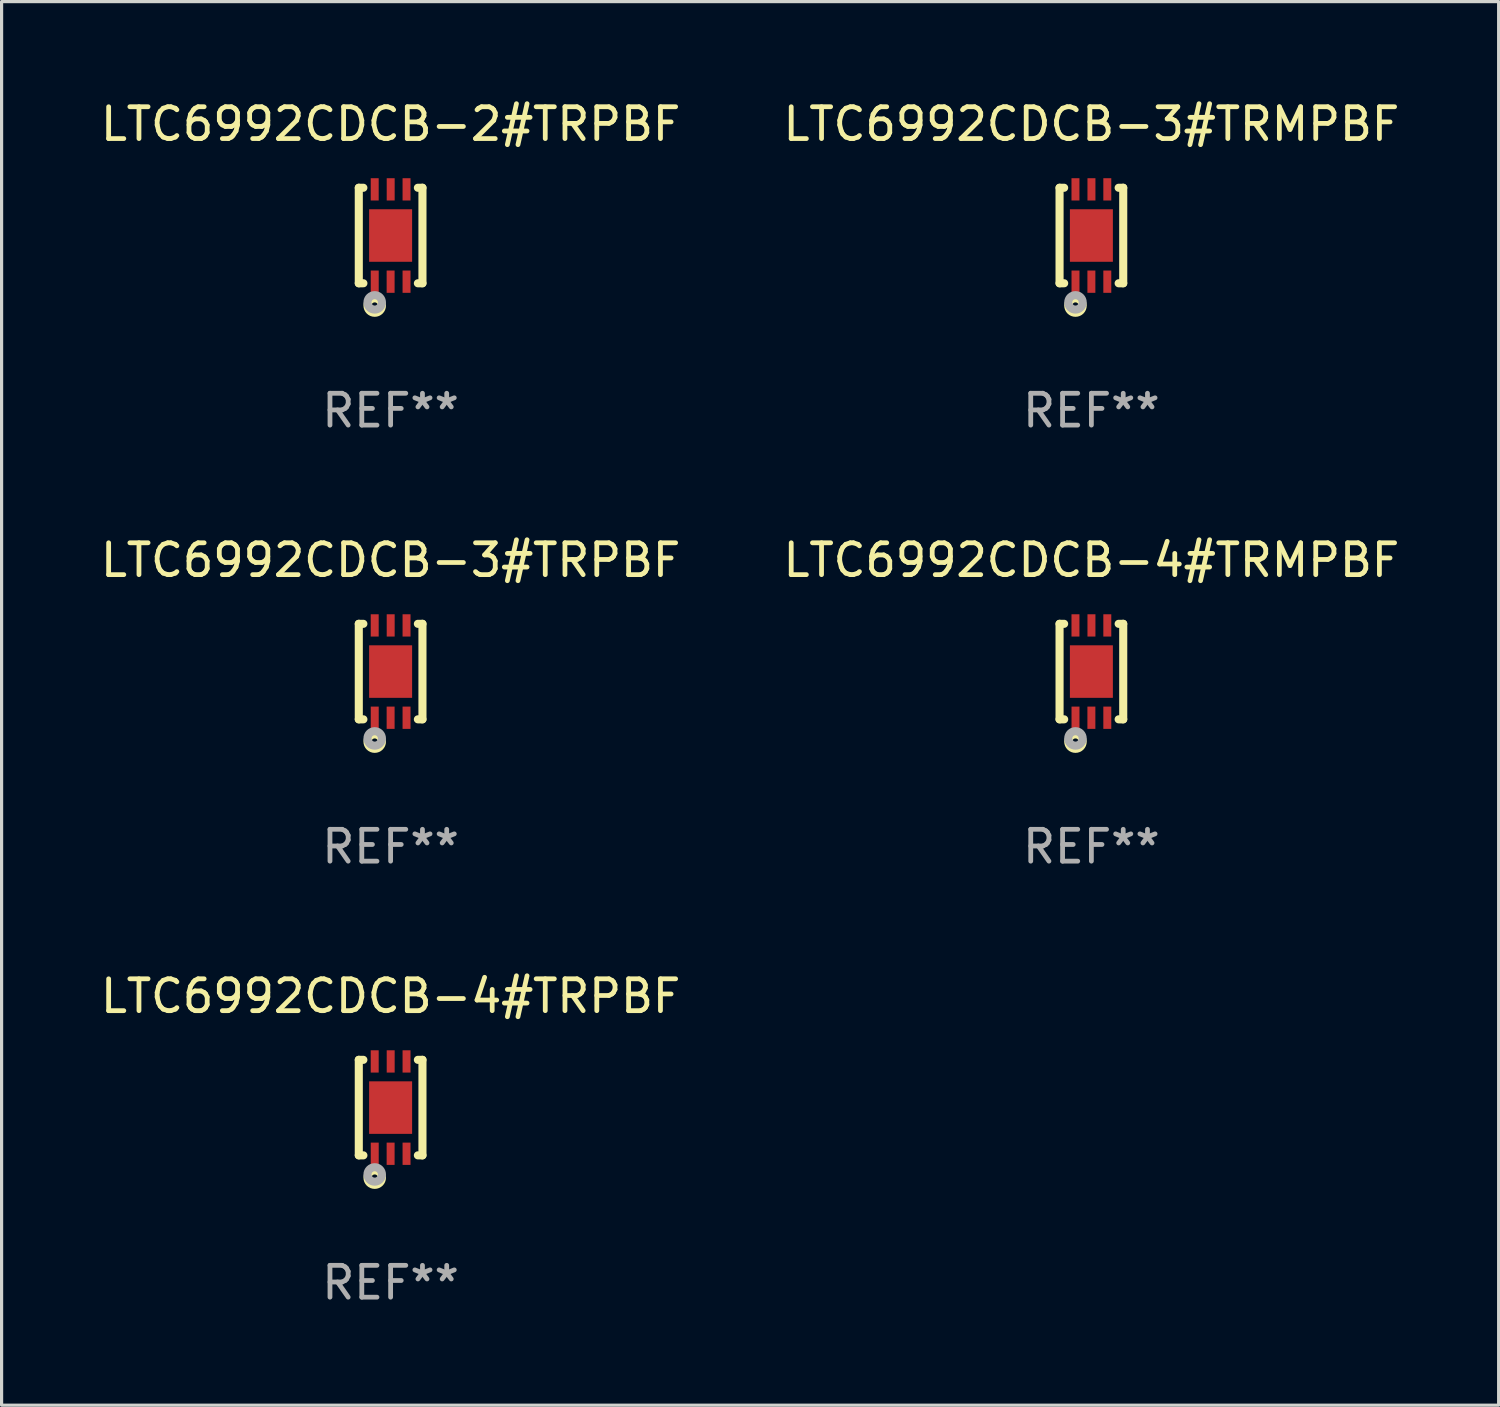
<source format=kicad_pcb>
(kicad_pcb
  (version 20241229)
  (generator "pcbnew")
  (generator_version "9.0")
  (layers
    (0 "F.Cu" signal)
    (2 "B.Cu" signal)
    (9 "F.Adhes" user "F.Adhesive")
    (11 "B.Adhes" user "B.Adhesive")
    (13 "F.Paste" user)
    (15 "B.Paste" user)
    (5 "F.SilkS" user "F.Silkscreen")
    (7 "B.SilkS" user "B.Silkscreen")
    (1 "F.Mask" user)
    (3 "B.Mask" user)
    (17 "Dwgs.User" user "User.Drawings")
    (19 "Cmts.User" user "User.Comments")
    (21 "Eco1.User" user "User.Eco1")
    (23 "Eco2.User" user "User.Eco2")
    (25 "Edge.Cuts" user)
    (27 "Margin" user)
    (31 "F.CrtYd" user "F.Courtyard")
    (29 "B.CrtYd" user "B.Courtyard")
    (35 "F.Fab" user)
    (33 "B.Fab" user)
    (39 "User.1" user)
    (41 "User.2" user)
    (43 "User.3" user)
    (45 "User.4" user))
  (footprint "LTC6992CDCB-3#TRMPBF"
    (layer "F.Cu")
    (at 31.232 4.348)
    (property "Reference" "LTC6992CDCB-3#TRMPBF" (at 0 -3.5 0) (layer "F.SilkS") (effects (font (size 1 1) (thickness 0.15))))
    (attr through_hole)
    (fp_line (start -1 1.5) (end -1 -1.5) (stroke (width 0.254) (type solid)) (layer "F.SilkS"))
    (fp_line (start -0.856 -1.5) (end -1 -1.5) (stroke (width 0.254) (type solid)) (layer "F.SilkS"))
    (fp_line (start -0.855 1.5) (end -1 1.5) (stroke (width 0.254) (type solid)) (layer "F.SilkS"))
    (fp_line (start 1 -1.5) (end 0.856 -1.5) (stroke (width 0.254) (type solid)) (layer "F.SilkS"))
    (fp_line (start 1 1.5) (end 0.856 1.5) (stroke (width 0.254) (type solid)) (layer "F.SilkS"))
    (fp_line (start 1 1.5) (end 1 -1.5) (stroke (width 0.254) (type solid)) (layer "F.SilkS"))
    (fp_circle (center -1 1.5) (end -0.97 1.5) (stroke (width 0.06) (type solid)) (fill no) (layer "F.SilkS"))
    (fp_circle (center -0.5 2.2) (end -0.4 2.2) (stroke (width 0.254) (type solid)) (fill no) (layer "F.SilkS"))
    (fp_circle (center -0.5 2.1) (end -0.4 2.1) (stroke (width 0.254) (type solid)) (fill no) (layer "F.Fab"))
    (fp_text user "REF**" (at 0 5.5 0) (layer "F.Fab") (effects (font (size 1 1) (thickness 0.15))))
    (pad "1" smd rect (at -0.499 1.45 180) (size 0.25 0.7) (layers "F.Cu" "F.Mask" "F.Paste"))
    (pad "2" smd rect (at 0.000025 1.45 180) (size 0.25 0.7) (layers "F.Cu" "F.Mask" "F.Paste"))
    (pad "3" smd rect (at 0.5 1.45 180) (size 0.25 0.7) (layers "F.Cu" "F.Mask" "F.Paste"))
    (pad "4" smd rect (at 0.5 -1.45 180) (size 0.25 0.7) (layers "F.Cu" "F.Mask" "F.Paste"))
    (pad "5" smd rect (at 0.002 -1.45 180) (size 0.25 0.7) (layers "F.Cu" "F.Mask" "F.Paste"))
    (pad "6" smd rect (at -0.5 -1.45 180) (size 0.25 0.7) (layers "F.Cu" "F.Mask" "F.Paste"))
    (pad "7" smd rect (at 0.000025 0.000038 180) (size 1.35 1.65) (layers "F.Cu" "F.Mask" "F.Paste")))
  (footprint "LTC6992CDCB-3#TRPBF"
    (layer "F.Cu")
    (at 9.22 18.045)
    (property "Reference" "LTC6992CDCB-3#TRPBF" (at 0 -3.5 0) (layer "F.SilkS") (effects (font (size 1 1) (thickness 0.15))))
    (attr through_hole)
    (fp_line (start -1 1.5) (end -1 -1.5) (stroke (width 0.254) (type solid)) (layer "F.SilkS"))
    (fp_line (start -0.856 -1.5) (end -1 -1.5) (stroke (width 0.254) (type solid)) (layer "F.SilkS"))
    (fp_line (start -0.855 1.5) (end -1 1.5) (stroke (width 0.254) (type solid)) (layer "F.SilkS"))
    (fp_line (start 1 -1.5) (end 0.856 -1.5) (stroke (width 0.254) (type solid)) (layer "F.SilkS"))
    (fp_line (start 1 1.5) (end 0.856 1.5) (stroke (width 0.254) (type solid)) (layer "F.SilkS"))
    (fp_line (start 1 1.5) (end 1 -1.5) (stroke (width 0.254) (type solid)) (layer "F.SilkS"))
    (fp_circle (center -1 1.5) (end -0.97 1.5) (stroke (width 0.06) (type solid)) (fill no) (layer "F.SilkS"))
    (fp_circle (center -0.5 2.2) (end -0.4 2.2) (stroke (width 0.254) (type solid)) (fill no) (layer "F.SilkS"))
    (fp_circle (center -0.5 2.1) (end -0.4 2.1) (stroke (width 0.254) (type solid)) (fill no) (layer "F.Fab"))
    (fp_text user "REF**" (at 0 5.5 0) (layer "F.Fab") (effects (font (size 1 1) (thickness 0.15))))
    (pad "1" smd rect (at -0.499 1.45 180) (size 0.25 0.7) (layers "F.Cu" "F.Mask" "F.Paste"))
    (pad "2" smd rect (at 0.000025 1.45 180) (size 0.25 0.7) (layers "F.Cu" "F.Mask" "F.Paste"))
    (pad "3" smd rect (at 0.5 1.45 180) (size 0.25 0.7) (layers "F.Cu" "F.Mask" "F.Paste"))
    (pad "4" smd rect (at 0.5 -1.45 180) (size 0.25 0.7) (layers "F.Cu" "F.Mask" "F.Paste"))
    (pad "5" smd rect (at 0.002 -1.45 180) (size 0.25 0.7) (layers "F.Cu" "F.Mask" "F.Paste"))
    (pad "6" smd rect (at -0.5 -1.45 180) (size 0.25 0.7) (layers "F.Cu" "F.Mask" "F.Paste"))
    (pad "7" smd rect (at 0.000025 0.000038 180) (size 1.35 1.65) (layers "F.Cu" "F.Mask" "F.Paste")))
  (footprint "LTC6992CDCB-4#TRMPBF"
    (layer "F.Cu")
    (at 31.232 18.045)
    (property "Reference" "LTC6992CDCB-4#TRMPBF" (at 0 -3.5 0) (layer "F.SilkS") (effects (font (size 1 1) (thickness 0.15))))
    (attr through_hole)
    (fp_line (start -1 1.5) (end -1 -1.5) (stroke (width 0.254) (type solid)) (layer "F.SilkS"))
    (fp_line (start -0.856 -1.5) (end -1 -1.5) (stroke (width 0.254) (type solid)) (layer "F.SilkS"))
    (fp_line (start -0.855 1.5) (end -1 1.5) (stroke (width 0.254) (type solid)) (layer "F.SilkS"))
    (fp_line (start 1 -1.5) (end 0.856 -1.5) (stroke (width 0.254) (type solid)) (layer "F.SilkS"))
    (fp_line (start 1 1.5) (end 0.856 1.5) (stroke (width 0.254) (type solid)) (layer "F.SilkS"))
    (fp_line (start 1 1.5) (end 1 -1.5) (stroke (width 0.254) (type solid)) (layer "F.SilkS"))
    (fp_circle (center -1 1.5) (end -0.97 1.5) (stroke (width 0.06) (type solid)) (fill no) (layer "F.SilkS"))
    (fp_circle (center -0.5 2.2) (end -0.4 2.2) (stroke (width 0.254) (type solid)) (fill no) (layer "F.SilkS"))
    (fp_circle (center -0.5 2.1) (end -0.4 2.1) (stroke (width 0.254) (type solid)) (fill no) (layer "F.Fab"))
    (fp_text user "REF**" (at 0 5.5 0) (layer "F.Fab") (effects (font (size 1 1) (thickness 0.15))))
    (pad "1" smd rect (at -0.499 1.45 180) (size 0.25 0.7) (layers "F.Cu" "F.Mask" "F.Paste"))
    (pad "2" smd rect (at 0.000025 1.45 180) (size 0.25 0.7) (layers "F.Cu" "F.Mask" "F.Paste"))
    (pad "3" smd rect (at 0.5 1.45 180) (size 0.25 0.7) (layers "F.Cu" "F.Mask" "F.Paste"))
    (pad "4" smd rect (at 0.5 -1.45 180) (size 0.25 0.7) (layers "F.Cu" "F.Mask" "F.Paste"))
    (pad "5" smd rect (at 0.002 -1.45 180) (size 0.25 0.7) (layers "F.Cu" "F.Mask" "F.Paste"))
    (pad "6" smd rect (at -0.5 -1.45 180) (size 0.25 0.7) (layers "F.Cu" "F.Mask" "F.Paste"))
    (pad "7" smd rect (at 0.000025 0.000038 180) (size 1.35 1.65) (layers "F.Cu" "F.Mask" "F.Paste")))
  (footprint "LTC6992CDCB-4#TRPBF"
    (layer "F.Cu")
    (at 9.22 31.741)
    (property "Reference" "LTC6992CDCB-4#TRPBF" (at 0 -3.5 0) (layer "F.SilkS") (effects (font (size 1 1) (thickness 0.15))))
    (attr through_hole)
    (fp_line (start -1 1.5) (end -1 -1.5) (stroke (width 0.254) (type solid)) (layer "F.SilkS"))
    (fp_line (start -0.856 -1.5) (end -1 -1.5) (stroke (width 0.254) (type solid)) (layer "F.SilkS"))
    (fp_line (start -0.855 1.5) (end -1 1.5) (stroke (width 0.254) (type solid)) (layer "F.SilkS"))
    (fp_line (start 1 -1.5) (end 0.856 -1.5) (stroke (width 0.254) (type solid)) (layer "F.SilkS"))
    (fp_line (start 1 1.5) (end 0.856 1.5) (stroke (width 0.254) (type solid)) (layer "F.SilkS"))
    (fp_line (start 1 1.5) (end 1 -1.5) (stroke (width 0.254) (type solid)) (layer "F.SilkS"))
    (fp_circle (center -1 1.5) (end -0.97 1.5) (stroke (width 0.06) (type solid)) (fill no) (layer "F.SilkS"))
    (fp_circle (center -0.5 2.2) (end -0.4 2.2) (stroke (width 0.254) (type solid)) (fill no) (layer "F.SilkS"))
    (fp_circle (center -0.5 2.1) (end -0.4 2.1) (stroke (width 0.254) (type solid)) (fill no) (layer "F.Fab"))
    (fp_text user "REF**" (at 0 5.5 0) (layer "F.Fab") (effects (font (size 1 1) (thickness 0.15))))
    (pad "1" smd rect (at -0.499 1.45 180) (size 0.25 0.7) (layers "F.Cu" "F.Mask" "F.Paste"))
    (pad "2" smd rect (at 0.000025 1.45 180) (size 0.25 0.7) (layers "F.Cu" "F.Mask" "F.Paste"))
    (pad "3" smd rect (at 0.5 1.45 180) (size 0.25 0.7) (layers "F.Cu" "F.Mask" "F.Paste"))
    (pad "4" smd rect (at 0.5 -1.45 180) (size 0.25 0.7) (layers "F.Cu" "F.Mask" "F.Paste"))
    (pad "5" smd rect (at 0.002 -1.45 180) (size 0.25 0.7) (layers "F.Cu" "F.Mask" "F.Paste"))
    (pad "6" smd rect (at -0.5 -1.45 180) (size 0.25 0.7) (layers "F.Cu" "F.Mask" "F.Paste"))
    (pad "7" smd rect (at 0.000025 0.000038 180) (size 1.35 1.65) (layers "F.Cu" "F.Mask" "F.Paste")))
  (footprint "LTC6992CDCB-2#TRPBF"
    (layer "F.Cu")
    (at 9.22 4.348)
    (property "Reference" "LTC6992CDCB-2#TRPBF" (at 0 -3.5 0) (layer "F.SilkS") (effects (font (size 1 1) (thickness 0.15))))
    (attr through_hole)
    (fp_line (start -1 1.5) (end -1 -1.5) (stroke (width 0.254) (type solid)) (layer "F.SilkS"))
    (fp_line (start -0.856 -1.5) (end -1 -1.5) (stroke (width 0.254) (type solid)) (layer "F.SilkS"))
    (fp_line (start -0.855 1.5) (end -1 1.5) (stroke (width 0.254) (type solid)) (layer "F.SilkS"))
    (fp_line (start 1 -1.5) (end 0.856 -1.5) (stroke (width 0.254) (type solid)) (layer "F.SilkS"))
    (fp_line (start 1 1.5) (end 0.856 1.5) (stroke (width 0.254) (type solid)) (layer "F.SilkS"))
    (fp_line (start 1 1.5) (end 1 -1.5) (stroke (width 0.254) (type solid)) (layer "F.SilkS"))
    (fp_circle (center -1 1.5) (end -0.97 1.5) (stroke (width 0.06) (type solid)) (fill no) (layer "F.SilkS"))
    (fp_circle (center -0.5 2.2) (end -0.4 2.2) (stroke (width 0.254) (type solid)) (fill no) (layer "F.SilkS"))
    (fp_circle (center -0.5 2.1) (end -0.4 2.1) (stroke (width 0.254) (type solid)) (fill no) (layer "F.Fab"))
    (fp_text user "REF**" (at 0 5.5 0) (layer "F.Fab") (effects (font (size 1 1) (thickness 0.15))))
    (pad "1" smd rect (at -0.499 1.45 180) (size 0.25 0.7) (layers "F.Cu" "F.Mask" "F.Paste"))
    (pad "2" smd rect (at 0.000025 1.45 180) (size 0.25 0.7) (layers "F.Cu" "F.Mask" "F.Paste"))
    (pad "3" smd rect (at 0.5 1.45 180) (size 0.25 0.7) (layers "F.Cu" "F.Mask" "F.Paste"))
    (pad "4" smd rect (at 0.5 -1.45 180) (size 0.25 0.7) (layers "F.Cu" "F.Mask" "F.Paste"))
    (pad "5" smd rect (at 0.002 -1.45 180) (size 0.25 0.7) (layers "F.Cu" "F.Mask" "F.Paste"))
    (pad "6" smd rect (at -0.5 -1.45 180) (size 0.25 0.7) (layers "F.Cu" "F.Mask" "F.Paste"))
    (pad "7" smd rect (at 0.000025 0.000038 180) (size 1.35 1.65) (layers "F.Cu" "F.Mask" "F.Paste")))
  (gr_rect
    (start -3 -3)
    (end 44.024 41.089)
    (stroke (width 0.1) (type default))
    (fill no)
    (layer "Edge.Cuts")))
</source>
